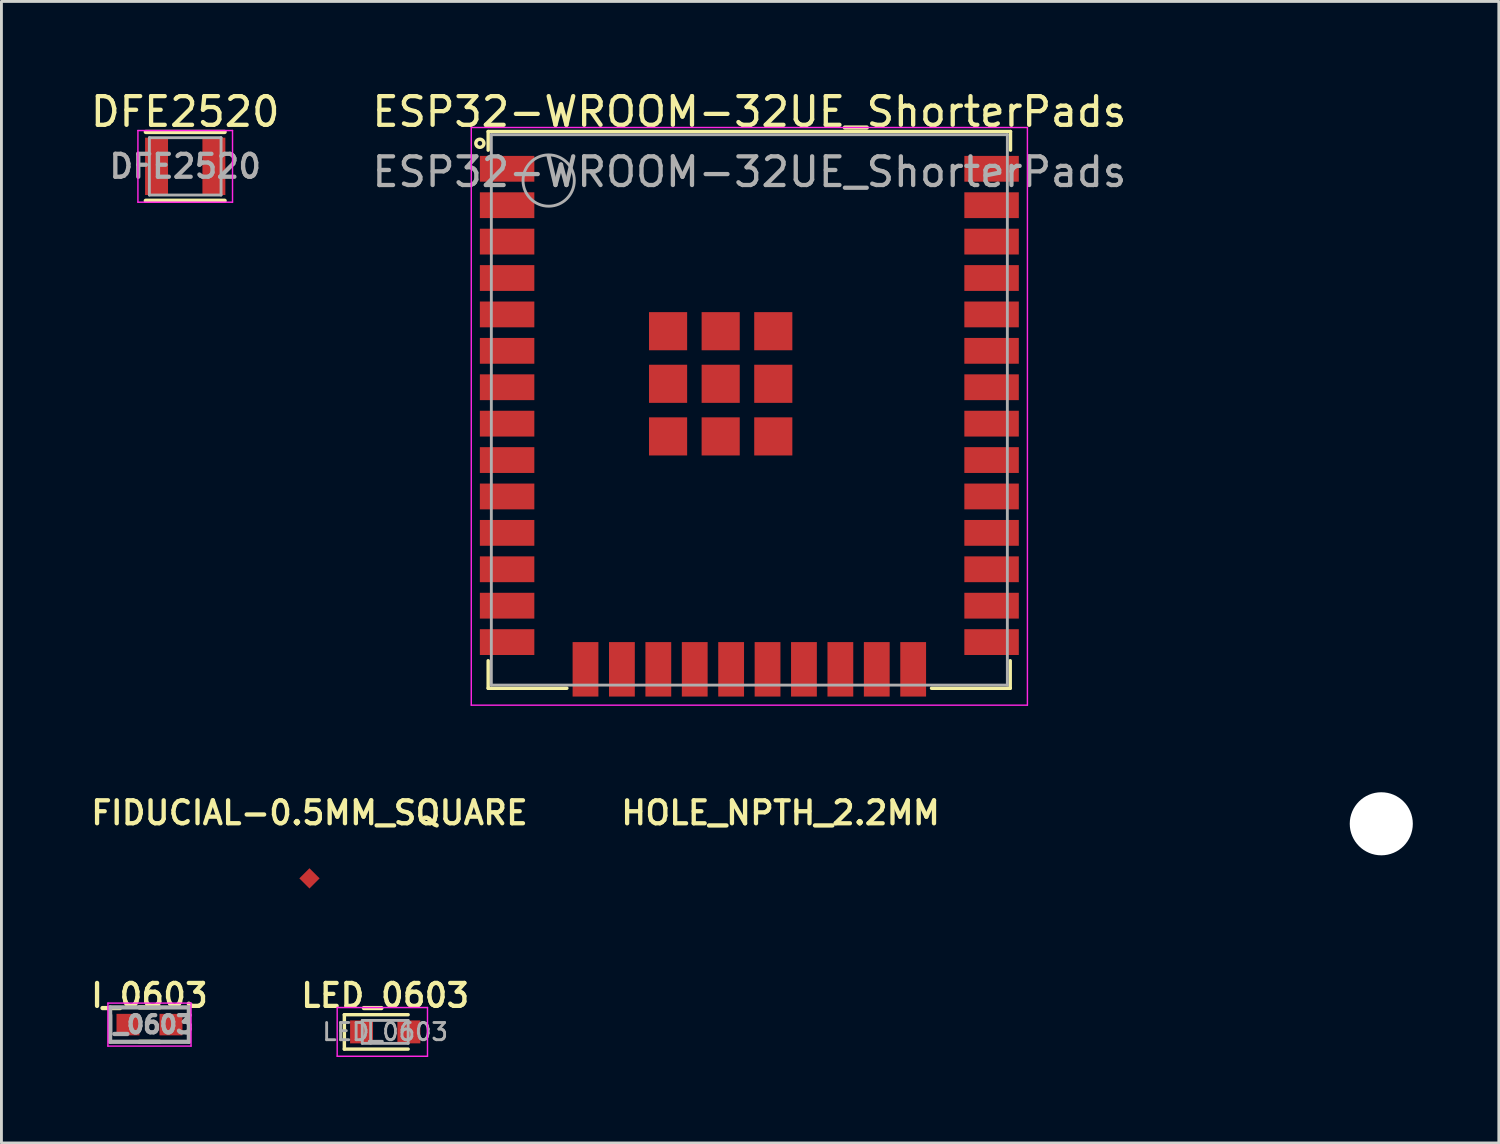
<source format=kicad_pcb>
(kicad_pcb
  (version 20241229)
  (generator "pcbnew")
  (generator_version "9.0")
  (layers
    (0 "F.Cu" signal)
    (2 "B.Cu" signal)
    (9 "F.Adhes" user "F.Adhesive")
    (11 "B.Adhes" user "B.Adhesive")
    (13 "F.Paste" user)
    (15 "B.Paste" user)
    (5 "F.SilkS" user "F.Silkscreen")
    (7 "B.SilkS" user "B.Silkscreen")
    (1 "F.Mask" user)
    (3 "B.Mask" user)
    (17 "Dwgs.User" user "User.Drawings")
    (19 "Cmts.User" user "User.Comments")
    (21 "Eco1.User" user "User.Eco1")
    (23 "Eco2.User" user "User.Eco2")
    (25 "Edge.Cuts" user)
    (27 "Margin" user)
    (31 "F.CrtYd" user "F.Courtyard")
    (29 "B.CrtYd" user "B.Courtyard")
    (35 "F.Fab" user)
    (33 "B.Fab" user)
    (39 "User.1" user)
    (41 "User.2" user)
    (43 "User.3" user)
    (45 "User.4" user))
  (footprint "I_0603"
    (layer "F.Cu")
    (at 2.164 32.691)
    (property "Reference" "I_0603" (at 0 -1.016 0) (layer "F.SilkS") (effects (font (size 0.8 0.8) (thickness 0.15))))
    (attr smd)
    (fp_line (start -0.35 -0.6) (end 0.35 -0.6) (stroke (width 0.15) (type solid)) (layer "F.SilkS"))
    (fp_line (start 0.35 0.6) (end -0.35 0.6) (stroke (width 0.15) (type solid)) (layer "F.SilkS"))
    (fp_line (start -1.45 -0.75) (end -1.45 0.75) (stroke (width 0.05) (type solid)) (layer "F.CrtYd"))
    (fp_line (start -1.45 -0.75) (end 1.45 -0.75) (stroke (width 0.05) (type solid)) (layer "F.CrtYd"))
    (fp_line (start -1.45 0.75) (end 1.45 0.75) (stroke (width 0.05) (type solid)) (layer "F.CrtYd"))
    (fp_line (start 1.45 -0.75) (end 1.45 0.75) (stroke (width 0.05) (type solid)) (layer "F.CrtYd"))
    (fp_line (start -1.375 -0.6) (end 1.375 -0.6) (stroke (width 0.15) (type solid)) (layer "F.Fab"))
    (fp_line (start -1.375 0.6) (end -1.375 -0.6) (stroke (width 0.15) (type solid)) (layer "F.Fab"))
    (fp_line (start 1.375 0.6) (end -1.375 0.6) (stroke (width 0.15) (type solid)) (layer "F.Fab"))
    (fp_line (start 1.375 0.6) (end 1.375 -0.6) (stroke (width 0.15) (type solid)) (layer "F.Fab"))
    (fp_text user "${REFERENCE}" (at 0 0 0) (layer "F.Fab") (effects (font (size 0.6 0.6) (thickness 0.15))))
    (pad "1" smd rect (at -0.75 0) (size 0.8 0.75) (layers "F.Cu" "F.Mask" "F.Paste"))
    (pad "2" smd rect (at 0.75 0) (size 0.8 0.75) (layers "F.Cu" "F.Mask" "F.Paste")))
  (footprint "HOLE_NPTH_2.2MM"
    (layer "F.Cu")
    (at 45.133 25.686)
    (property "Reference" "HOLE_NPTH_2.2MM" (at -20.955 -0.381 0) (layer "F.SilkS") (effects (font (size 0.8 0.8) (thickness 0.15))))
    (attr through_hole)
    (pad "" np_thru_hole circle (at 0 0) (size 2.2 2.2) (drill 2.2) (layers "*.Cu" "*.Mask")))
  (footprint "FIDUCIAL-0.5MM_SQUARE"
    (layer "F.Cu")
    (at 7.745 27.59)
    (property "Reference" "FIDUCIAL-0.5MM_SQUARE" (at 0 -2.286 0) (layer "F.SilkS") (effects (font (size 0.8 0.8) (thickness 0.15))))
    (attr smd)
    (pad "~" smd rect (at 0 0 45) (size 0.5 0.5) (layers "F.Cu" "F.Mask")))
  (footprint "LED_0603"
    (layer "F.Cu")
    (at 10.387 32.945)
    (property "Reference" "LED_0603" (at 0 -1.27 0) (layer "F.SilkS") (effects (font (size 0.8 0.8) (thickness 0.15))))
    (attr smd)
    (fp_line (start -1.425 -0.6) (end -1.425 0.6) (stroke (width 0.12) (type solid)) (layer "F.SilkS"))
    (fp_line (start -1.425 -0.6) (end 0.8 -0.6) (stroke (width 0.12) (type solid)) (layer "F.SilkS"))
    (fp_line (start -1.425 0.6) (end 0.8 0.6) (stroke (width 0.12) (type solid)) (layer "F.SilkS"))
    (fp_line (start -1.675 -0.85) (end 1.475 -0.85) (stroke (width 0.05) (type solid)) (layer "F.CrtYd"))
    (fp_line (start -1.675 0.85) (end -1.675 -0.85) (stroke (width 0.05) (type solid)) (layer "F.CrtYd"))
    (fp_line (start 1.475 -0.85) (end 1.475 0.85) (stroke (width 0.05) (type solid)) (layer "F.CrtYd"))
    (fp_line (start 1.475 0.85) (end -1.675 0.85) (stroke (width 0.05) (type solid)) (layer "F.CrtYd"))
    (fp_line (start -0.8 -0.4) (end -0.8 0.4) (stroke (width 0.1) (type solid)) (layer "F.Fab"))
    (fp_line (start -0.8 -0.4) (end 0.8 -0.4) (stroke (width 0.1) (type solid)) (layer "F.Fab"))
    (fp_line (start -0.8 0.4) (end 0.8 0.4) (stroke (width 0.1) (type solid)) (layer "F.Fab"))
    (fp_line (start -0.508 -0.4) (end -0.508 0.4) (stroke (width 0.1) (type solid)) (layer "F.Fab"))
    (fp_line (start 0.8 -0.4) (end 0.8 0.4) (stroke (width 0.1) (type solid)) (layer "F.Fab"))
    (fp_text user "${REFERENCE}" (at 0 0 0) (layer "F.Fab") (effects (font (size 0.6 0.6) (thickness 0.1))))
    (pad "1" smd rect (at -0.825 0 180) (size 0.8 0.8) (layers "F.Cu" "F.Mask" "F.Paste"))
    (pad "2" smd rect (at 0.825 0 180) (size 0.8 0.8) (layers "F.Cu" "F.Mask" "F.Paste")))
  (footprint "DFE2520"
    (layer "F.Cu")
    (at 3.411 2.753)
    (property "Reference" "DFE2520" (at 0 -1.905 0) (layer "F.SilkS") (effects (font (size 1 1) (thickness 0.15))))
    (attr smd)
    (fp_line (start -1.375 -1.2) (end 1.375 -1.2) (stroke (width 0.15) (type solid)) (layer "F.SilkS"))
    (fp_line (start -1.375 1.2) (end 1.375 1.2) (stroke (width 0.15) (type solid)) (layer "F.SilkS"))
    (fp_line (start -1.65 -1.25) (end -1.65 1.25) (stroke (width 0.05) (type solid)) (layer "F.CrtYd"))
    (fp_line (start 1.65 -1.25) (end -1.65 -1.25) (stroke (width 0.05) (type solid)) (layer "F.CrtYd"))
    (fp_line (start 1.65 -1.25) (end 1.65 1.25) (stroke (width 0.05) (type solid)) (layer "F.CrtYd"))
    (fp_line (start 1.65 1.25) (end -1.65 1.25) (stroke (width 0.05) (type solid)) (layer "F.CrtYd"))
    (fp_line (start -1.25 -1) (end -1.25 1) (stroke (width 0.1) (type solid)) (layer "F.Fab"))
    (fp_line (start -1.25 -1) (end 1.25 -1) (stroke (width 0.1) (type solid)) (layer "F.Fab"))
    (fp_line (start -1.25 1) (end 1.25 1) (stroke (width 0.1) (type solid)) (layer "F.Fab"))
    (fp_line (start 1.25 -1) (end 1.25 1) (stroke (width 0.1) (type solid)) (layer "F.Fab"))
    (fp_text user "${REFERENCE}" (at 0 0 0) (layer "F.Fab") (effects (font (size 0.8 0.8) (thickness 0.15))))
    (pad "1" smd rect (at -1 0) (size 0.8 2) (layers "F.Cu" "F.Mask" "F.Paste"))
    (pad "2" smd rect (at 1 0) (size 0.8 2) (layers "F.Cu" "F.Mask" "F.Paste")))
  (footprint "ESP32-WROOM-32UE_ShorterPads"
    (layer "F.Cu")
    (at 23.089 11.248)
    (property "Reference" "ESP32-WROOM-32UE_ShorterPads" (at 0 -10.4 0) (layer "F.SilkS") (effects (font (size 1 1) (thickness 0.15))))
    (attr smd)
    (fp_line (start -9.11 -9.71) (end 9.11 -9.71) (stroke (width 0.12) (type solid)) (layer "F.SilkS"))
    (fp_line (start -9.11 -9.06) (end -9.11 -9.71) (stroke (width 0.12) (type solid)) (layer "F.SilkS"))
    (fp_line (start -9.11 9.71) (end -9.11 8.75) (stroke (width 0.12) (type solid)) (layer "F.SilkS"))
    (fp_line (start -9.11 9.71) (end -6.365 9.71) (stroke (width 0.12) (type solid)) (layer "F.SilkS"))
    (fp_line (start 9.1 9.71) (end 6.355 9.71) (stroke (width 0.12) (type solid)) (layer "F.SilkS"))
    (fp_line (start 9.1 9.71) (end 9.1 8.75) (stroke (width 0.12) (type solid)) (layer "F.SilkS"))
    (fp_line (start 9.11 -9.06) (end 9.11 -9.71) (stroke (width 0.12) (type solid)) (layer "F.SilkS"))
    (fp_circle (center -9.4 -9.3) (end -9.259 -9.3) (stroke (width 0.12) (type solid)) (fill no) (layer "F.SilkS"))
    (fp_line (start -9.7 -9.85) (end -9.7 10.3) (stroke (width 0.05) (type solid)) (layer "F.CrtYd"))
    (fp_line (start -9.7 -9.85) (end 9.7 -9.85) (stroke (width 0.05) (type solid)) (layer "F.CrtYd"))
    (fp_line (start -9.7 10.3) (end 9.7 10.3) (stroke (width 0.05) (type solid)) (layer "F.CrtYd"))
    (fp_line (start 9.7 -9.85) (end 9.7 10.3) (stroke (width 0.05) (type solid)) (layer "F.CrtYd"))
    (fp_line (start -9 -9.6) (end -9 9.6) (stroke (width 0.1) (type solid)) (layer "F.Fab"))
    (fp_line (start -9 -9.6) (end 9 -9.6) (stroke (width 0.1) (type solid)) (layer "F.Fab"))
    (fp_line (start -9 9.6) (end 9 9.6) (stroke (width 0.1) (type solid)) (layer "F.Fab"))
    (fp_line (start 9 -9.6) (end 9 9.6) (stroke (width 0.1) (type solid)) (layer "F.Fab"))
    (fp_circle (center -7 -8) (end -7.4 -7.2) (stroke (width 0.1) (type solid)) (fill no) (layer "F.Fab"))
    (fp_text user "${REFERENCE}" (at 0 -8.3 0) (layer "F.Fab") (effects (font (size 1 1) (thickness 0.15))))
    (pad "1" smd rect (at -8.45 -8.41) (size 1.9 0.9) (layers "F.Cu" "F.Mask" "F.Paste"))
    (pad "2" smd rect (at -8.45 -7.14) (size 1.9 0.9) (layers "F.Cu" "F.Mask" "F.Paste"))
    (pad "3" smd rect (at -8.45 -5.87) (size 1.9 0.9) (layers "F.Cu" "F.Mask" "F.Paste"))
    (pad "4" smd rect (at -8.45 -4.6) (size 1.9 0.9) (layers "F.Cu" "F.Mask" "F.Paste"))
    (pad "5" smd rect (at -8.45 -3.33) (size 1.9 0.9) (layers "F.Cu" "F.Mask" "F.Paste"))
    (pad "6" smd rect (at -8.45 -2.06) (size 1.9 0.9) (layers "F.Cu" "F.Mask" "F.Paste"))
    (pad "7" smd rect (at -8.45 -0.79) (size 1.9 0.9) (layers "F.Cu" "F.Mask" "F.Paste"))
    (pad "8" smd rect (at -8.45 0.48) (size 1.9 0.9) (layers "F.Cu" "F.Mask" "F.Paste"))
    (pad "9" smd rect (at -8.45 1.75) (size 1.9 0.9) (layers "F.Cu" "F.Mask" "F.Paste"))
    (pad "10" smd rect (at -8.45 3.02) (size 1.9 0.9) (layers "F.Cu" "F.Mask" "F.Paste"))
    (pad "11" smd rect (at -8.45 4.29) (size 1.9 0.9) (layers "F.Cu" "F.Mask" "F.Paste"))
    (pad "12" smd rect (at -8.45 5.56) (size 1.9 0.9) (layers "F.Cu" "F.Mask" "F.Paste"))
    (pad "13" smd rect (at -8.45 6.83) (size 1.9 0.9) (layers "F.Cu" "F.Mask" "F.Paste"))
    (pad "14" smd rect (at -8.45 8.1) (size 1.9 0.9) (layers "F.Cu" "F.Mask" "F.Paste"))
    (pad "15" smd rect (at -5.715 9.05 90) (size 1.9 0.9) (layers "F.Cu" "F.Mask" "F.Paste"))
    (pad "16" smd rect (at -4.445 9.05 90) (size 1.9 0.9) (layers "F.Cu" "F.Mask" "F.Paste"))
    (pad "17" smd rect (at -3.175 9.05 90) (size 1.9 0.9) (layers "F.Cu" "F.Mask" "F.Paste"))
    (pad "18" smd rect (at -1.905 9.05 90) (size 1.9 0.9) (layers "F.Cu" "F.Mask" "F.Paste"))
    (pad "19" smd rect (at -0.635 9.05 90) (size 1.9 0.9) (layers "F.Cu" "F.Mask" "F.Paste"))
    (pad "20" smd rect (at 0.635 9.05 90) (size 1.9 0.9) (layers "F.Cu" "F.Mask" "F.Paste"))
    (pad "21" smd rect (at 1.905 9.05 90) (size 1.9 0.9) (layers "F.Cu" "F.Mask" "F.Paste"))
    (pad "22" smd rect (at 3.175 9.05 90) (size 1.9 0.9) (layers "F.Cu" "F.Mask" "F.Paste"))
    (pad "23" smd rect (at 4.445 9.05 90) (size 1.9 0.9) (layers "F.Cu" "F.Mask" "F.Paste"))
    (pad "24" smd rect (at 5.715 9.05 90) (size 1.9 0.9) (layers "F.Cu" "F.Mask" "F.Paste"))
    (pad "25" smd rect (at 8.45 8.1) (size 1.9 0.9) (layers "F.Cu" "F.Mask" "F.Paste"))
    (pad "26" smd rect (at 8.45 6.83) (size 1.9 0.9) (layers "F.Cu" "F.Mask" "F.Paste"))
    (pad "27" smd rect (at 8.45 5.56) (size 1.9 0.9) (layers "F.Cu" "F.Mask" "F.Paste"))
    (pad "28" smd rect (at 8.45 4.29) (size 1.9 0.9) (layers "F.Cu" "F.Mask" "F.Paste"))
    (pad "29" smd rect (at 8.45 3.02) (size 1.9 0.9) (layers "F.Cu" "F.Mask" "F.Paste"))
    (pad "30" smd rect (at 8.45 1.75) (size 1.9 0.9) (layers "F.Cu" "F.Mask" "F.Paste"))
    (pad "31" smd rect (at 8.45 0.48) (size 1.9 0.9) (layers "F.Cu" "F.Mask" "F.Paste"))
    (pad "32" smd rect (at 8.45 -0.79) (size 1.9 0.9) (layers "F.Cu" "F.Mask" "F.Paste"))
    (pad "33" smd rect (at 8.45 -2.06) (size 1.9 0.9) (layers "F.Cu" "F.Mask" "F.Paste"))
    (pad "34" smd rect (at 8.45 -3.33) (size 1.9 0.9) (layers "F.Cu" "F.Mask" "F.Paste"))
    (pad "35" smd rect (at 8.45 -4.6) (size 1.9 0.9) (layers "F.Cu" "F.Mask" "F.Paste"))
    (pad "36" smd rect (at 8.45 -5.87) (size 1.9 0.9) (layers "F.Cu" "F.Mask" "F.Paste"))
    (pad "37" smd rect (at 8.45 -7.14) (size 1.9 0.9) (layers "F.Cu" "F.Mask" "F.Paste"))
    (pad "38" smd rect (at 8.45 -8.41) (size 1.9 0.9) (layers "F.Cu" "F.Mask" "F.Paste"))
    (pad "39" smd rect (at -2.835 -2.745) (size 1.33 1.33) (layers "F.Cu" "F.Mask" "F.Paste"))
    (pad "40" smd rect (at -1 -2.745) (size 1.33 1.33) (layers "F.Cu" "F.Mask" "F.Paste"))
    (pad "41" smd rect (at 0.835 -2.745) (size 1.33 1.33) (layers "F.Cu" "F.Mask" "F.Paste"))
    (pad "42" smd rect (at -2.835 -0.91) (size 1.33 1.33) (layers "F.Cu" "F.Mask" "F.Paste"))
    (pad "43" smd rect (at -1 -0.91) (size 1.33 1.33) (layers "F.Cu" "F.Mask" "F.Paste"))
    (pad "44" smd rect (at 0.835 -0.91) (size 1.33 1.33) (layers "F.Cu" "F.Mask" "F.Paste"))
    (pad "45" smd rect (at -2.835 0.925) (size 1.33 1.33) (layers "F.Cu" "F.Mask" "F.Paste"))
    (pad "46" smd rect (at -1 0.925) (size 1.33 1.33) (layers "F.Cu" "F.Mask" "F.Paste"))
    (pad "47" smd rect (at 0.835 0.925) (size 1.33 1.33) (layers "F.Cu" "F.Mask" "F.Paste")))
  (gr_rect
    (start -3 -3)
    (end 49.233 36.82)
    (stroke (width 0.1) (type default))
    (fill no)
    (layer "Edge.Cuts")))
</source>
